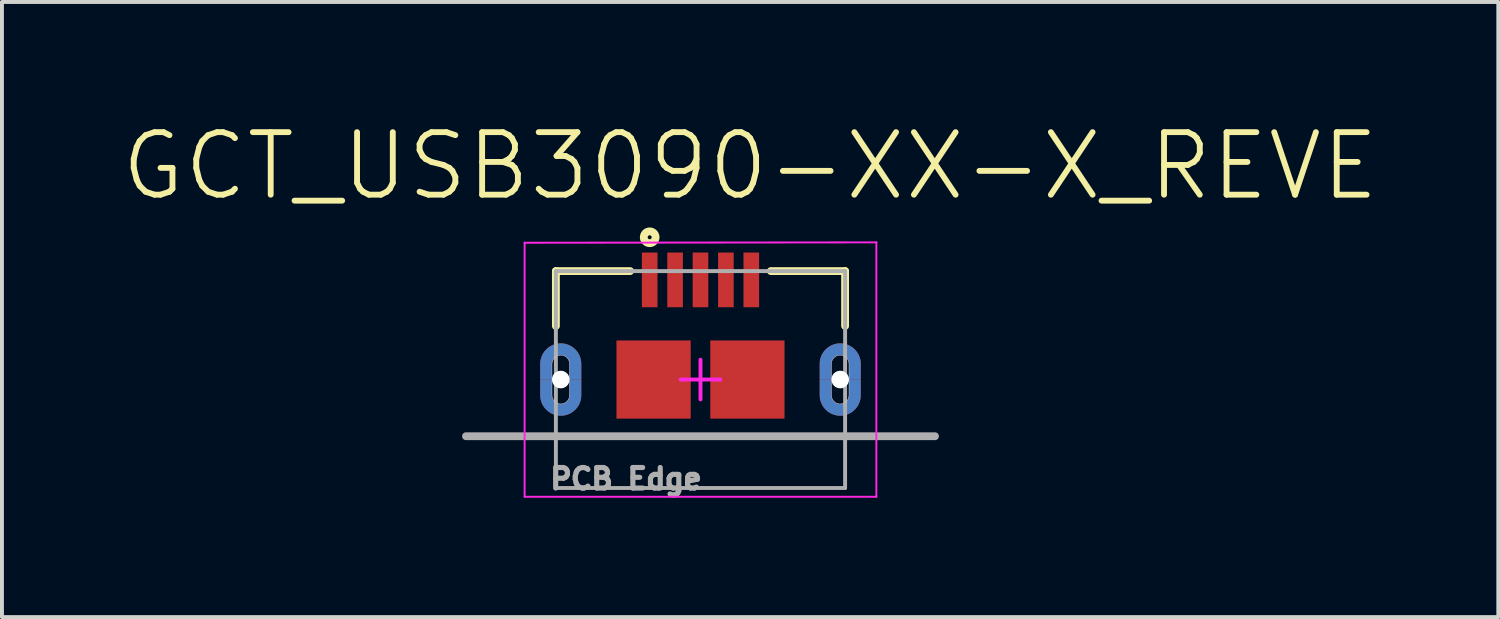
<source format=kicad_pcb>
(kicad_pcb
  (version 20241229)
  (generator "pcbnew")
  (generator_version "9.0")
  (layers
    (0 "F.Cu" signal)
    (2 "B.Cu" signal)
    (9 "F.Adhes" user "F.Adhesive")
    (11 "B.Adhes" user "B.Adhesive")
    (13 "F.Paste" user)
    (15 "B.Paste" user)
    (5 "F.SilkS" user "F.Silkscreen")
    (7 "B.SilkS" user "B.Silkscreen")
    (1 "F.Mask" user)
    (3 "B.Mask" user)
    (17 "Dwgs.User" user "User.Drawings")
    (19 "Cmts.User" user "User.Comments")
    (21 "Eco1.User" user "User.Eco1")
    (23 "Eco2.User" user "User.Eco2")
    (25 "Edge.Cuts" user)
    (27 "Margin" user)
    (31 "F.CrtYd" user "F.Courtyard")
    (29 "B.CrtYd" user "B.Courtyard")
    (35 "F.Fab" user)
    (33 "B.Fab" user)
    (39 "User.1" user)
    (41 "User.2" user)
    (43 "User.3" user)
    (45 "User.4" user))
  (footprint "GCT_USB3090-XX-X_REVE"
    (layer "F.Cu")
    (at 14.873 6.661)
    (property "Reference" "GCT_USB3090-XX-X_REVE" (at 1.27 -5.462 0) (layer "F.SilkS") (effects (font (size 1.6 1.6) (thickness 0.15))))
    (attr smd)
    (fp_poly (pts (xy -3.35 0) (xy -3.35 0.4) (xy -3.35 0.412) (xy -3.351 0.424) (xy -3.353 0.435) (xy -3.355 0.447) (xy -3.358 0.458) (xy -3.361 0.47) (xy -3.365 0.481) (xy -3.369 0.492) (xy -3.375 0.502) (xy -3.38 0.512) (xy -3.386 0.523) (xy -3.393 0.532) (xy -3.4 0.542) (xy -3.408 0.551) (xy -3.416 0.559) (xy -3.424 0.567) (xy -3.433 0.575) (xy -3.443 0.582) (xy -3.452 0.589) (xy -3.463 0.595) (xy -3.473 0.6) (xy -3.483 0.606) (xy -3.494 0.61) (xy -3.505 0.614) (xy -3.517 0.617) (xy -3.528 0.62) (xy -3.54 0.622) (xy -3.551 0.624) (xy -3.563 0.625) (xy -3.575 0.625) (xy -3.587 0.625) (xy -3.599 0.624) (xy -3.61 0.622) (xy -3.622 0.62) (xy -3.633 0.617) (xy -3.645 0.614) (xy -3.656 0.61) (xy -3.667 0.606) (xy -3.677 0.6) (xy -3.688 0.595) (xy -3.698 0.589) (xy -3.707 0.582) (xy -3.717 0.575) (xy -3.726 0.567) (xy -3.734 0.559) (xy -3.742 0.551) (xy -3.75 0.542) (xy -3.757 0.532) (xy -3.764 0.523) (xy -3.77 0.513) (xy -3.775 0.502) (xy -3.781 0.492) (xy -3.785 0.481) (xy -3.789 0.47) (xy -3.792 0.458) (xy -3.795 0.447) (xy -3.797 0.435) (xy -3.799 0.424) (xy -3.8 0.412) (xy -3.8 0.4) (xy -3.8 0) (xy -4.1 0) (xy -4.1 0.4) (xy -4.099 0.427) (xy -4.097 0.455) (xy -4.094 0.482) (xy -4.089 0.509) (xy -4.082 0.536) (xy -4.074 0.562) (xy -4.065 0.588) (xy -4.055 0.614) (xy -4.043 0.638) (xy -4.03 0.663) (xy -4.015 0.686) (xy -4 0.709) (xy -3.983 0.73) (xy -3.965 0.751) (xy -3.946 0.771) (xy -3.926 0.79) (xy -3.905 0.808) (xy -3.884 0.825) (xy -3.861 0.84) (xy -3.837 0.855) (xy -3.813 0.868) (xy -3.789 0.88) (xy -3.763 0.89) (xy -3.737 0.899) (xy -3.711 0.907) (xy -3.684 0.914) (xy -3.657 0.919) (xy -3.63 0.922) (xy -3.602 0.924) (xy -3.575 0.925) (xy -3.548 0.924) (xy -3.52 0.922) (xy -3.493 0.919) (xy -3.466 0.914) (xy -3.439 0.907) (xy -3.413 0.899) (xy -3.387 0.89) (xy -3.361 0.88) (xy -3.337 0.868) (xy -3.313 0.855) (xy -3.289 0.84) (xy -3.266 0.825) (xy -3.245 0.808) (xy -3.224 0.79) (xy -3.204 0.771) (xy -3.185 0.751) (xy -3.167 0.73) (xy -3.15 0.709) (xy -3.135 0.686) (xy -3.12 0.662) (xy -3.107 0.638) (xy -3.095 0.614) (xy -3.085 0.588) (xy -3.076 0.562) (xy -3.068 0.536) (xy -3.061 0.509) (xy -3.056 0.482) (xy -3.053 0.455) (xy -3.051 0.427) (xy -3.05 0.4) (xy -3.05 0) (xy -3.35 0)) (stroke (width 0.001) (type solid)) (fill yes) (layer "F.Cu"))
    (fp_poly (pts (xy 3.8 0) (xy 3.8 0.4) (xy 3.8 0.412) (xy 3.799 0.424) (xy 3.797 0.435) (xy 3.795 0.447) (xy 3.792 0.458) (xy 3.789 0.47) (xy 3.785 0.481) (xy 3.781 0.492) (xy 3.775 0.502) (xy 3.77 0.513) (xy 3.764 0.523) (xy 3.757 0.532) (xy 3.75 0.542) (xy 3.742 0.551) (xy 3.734 0.559) (xy 3.726 0.567) (xy 3.717 0.575) (xy 3.707 0.582) (xy 3.698 0.589) (xy 3.688 0.595) (xy 3.677 0.6) (xy 3.667 0.606) (xy 3.656 0.61) (xy 3.645 0.614) (xy 3.633 0.617) (xy 3.622 0.62) (xy 3.61 0.622) (xy 3.599 0.624) (xy 3.587 0.625) (xy 3.575 0.625) (xy 3.563 0.625) (xy 3.551 0.624) (xy 3.54 0.622) (xy 3.528 0.62) (xy 3.517 0.617) (xy 3.505 0.614) (xy 3.494 0.61) (xy 3.483 0.606) (xy 3.473 0.6) (xy 3.463 0.595) (xy 3.452 0.589) (xy 3.443 0.582) (xy 3.433 0.575) (xy 3.424 0.567) (xy 3.416 0.559) (xy 3.408 0.551) (xy 3.4 0.542) (xy 3.393 0.532) (xy 3.386 0.523) (xy 3.38 0.512) (xy 3.375 0.502) (xy 3.369 0.492) (xy 3.365 0.481) (xy 3.361 0.47) (xy 3.358 0.458) (xy 3.355 0.447) (xy 3.353 0.435) (xy 3.351 0.424) (xy 3.35 0.412) (xy 3.35 0.4) (xy 3.35 0) (xy 3.05 0) (xy 3.05 0.4) (xy 3.051 0.427) (xy 3.053 0.455) (xy 3.056 0.482) (xy 3.061 0.509) (xy 3.068 0.536) (xy 3.076 0.562) (xy 3.085 0.588) (xy 3.095 0.614) (xy 3.107 0.638) (xy 3.12 0.662) (xy 3.135 0.686) (xy 3.15 0.709) (xy 3.167 0.73) (xy 3.185 0.751) (xy 3.204 0.771) (xy 3.224 0.79) (xy 3.245 0.808) (xy 3.266 0.825) (xy 3.289 0.84) (xy 3.313 0.855) (xy 3.337 0.868) (xy 3.361 0.88) (xy 3.387 0.89) (xy 3.413 0.899) (xy 3.439 0.907) (xy 3.466 0.914) (xy 3.493 0.919) (xy 3.52 0.922) (xy 3.548 0.924) (xy 3.575 0.925) (xy 3.602 0.924) (xy 3.63 0.922) (xy 3.657 0.919) (xy 3.684 0.914) (xy 3.711 0.907) (xy 3.737 0.899) (xy 3.763 0.89) (xy 3.789 0.88) (xy 3.813 0.868) (xy 3.837 0.855) (xy 3.861 0.84) (xy 3.884 0.825) (xy 3.905 0.808) (xy 3.926 0.79) (xy 3.946 0.771) (xy 3.965 0.751) (xy 3.983 0.73) (xy 4 0.709) (xy 4.015 0.686) (xy 4.03 0.663) (xy 4.043 0.638) (xy 4.055 0.614) (xy 4.065 0.588) (xy 4.074 0.562) (xy 4.082 0.536) (xy 4.089 0.509) (xy 4.094 0.482) (xy 4.097 0.455) (xy 4.099 0.427) (xy 4.1 0.4) (xy 4.1 0) (xy 3.8 0)) (stroke (width 0.001) (type solid)) (fill yes) (layer "F.Cu"))
    (fp_poly (pts (xy -4.306 -1.15) (xy -2.85 -1.15) (xy -2.85 1.152) (xy -4.306 1.152)) (stroke (width 0.01) (type solid)) (fill yes) (layer "F.Mask"))
    (fp_poly (pts (xy 2.855 -1.15) (xy 4.3 -1.15) (xy 4.3 1.152) (xy 2.855 1.152)) (stroke (width 0.01) (type solid)) (fill yes) (layer "F.Mask"))
    (fp_poly (pts (xy -3.8 0) (xy -3.8 -0.4) (xy -3.8 -0.412) (xy -3.799 -0.424) (xy -3.797 -0.435) (xy -3.795 -0.447) (xy -3.792 -0.458) (xy -3.789 -0.47) (xy -3.785 -0.481) (xy -3.781 -0.492) (xy -3.775 -0.502) (xy -3.77 -0.513) (xy -3.764 -0.523) (xy -3.757 -0.532) (xy -3.75 -0.542) (xy -3.742 -0.551) (xy -3.734 -0.559) (xy -3.726 -0.567) (xy -3.717 -0.575) (xy -3.707 -0.582) (xy -3.698 -0.589) (xy -3.688 -0.595) (xy -3.677 -0.6) (xy -3.667 -0.606) (xy -3.656 -0.61) (xy -3.645 -0.614) (xy -3.633 -0.617) (xy -3.622 -0.62) (xy -3.61 -0.622) (xy -3.599 -0.624) (xy -3.587 -0.625) (xy -3.575 -0.625) (xy -3.563 -0.625) (xy -3.551 -0.624) (xy -3.54 -0.622) (xy -3.528 -0.62) (xy -3.517 -0.617) (xy -3.505 -0.614) (xy -3.494 -0.61) (xy -3.483 -0.606) (xy -3.473 -0.6) (xy -3.463 -0.595) (xy -3.452 -0.589) (xy -3.443 -0.582) (xy -3.433 -0.575) (xy -3.424 -0.567) (xy -3.416 -0.559) (xy -3.408 -0.551) (xy -3.4 -0.542) (xy -3.393 -0.532) (xy -3.386 -0.523) (xy -3.38 -0.512) (xy -3.375 -0.502) (xy -3.369 -0.492) (xy -3.365 -0.481) (xy -3.361 -0.47) (xy -3.358 -0.458) (xy -3.355 -0.447) (xy -3.353 -0.435) (xy -3.351 -0.424) (xy -3.35 -0.412) (xy -3.35 -0.4) (xy -3.35 0) (xy -3.05 0) (xy -3.05 -0.4) (xy -3.051 -0.427) (xy -3.053 -0.455) (xy -3.056 -0.482) (xy -3.061 -0.509) (xy -3.068 -0.536) (xy -3.076 -0.562) (xy -3.085 -0.588) (xy -3.095 -0.614) (xy -3.107 -0.638) (xy -3.12 -0.662) (xy -3.135 -0.686) (xy -3.15 -0.709) (xy -3.167 -0.73) (xy -3.185 -0.751) (xy -3.204 -0.771) (xy -3.224 -0.79) (xy -3.245 -0.808) (xy -3.266 -0.825) (xy -3.289 -0.84) (xy -3.313 -0.855) (xy -3.337 -0.868) (xy -3.361 -0.88) (xy -3.387 -0.89) (xy -3.413 -0.899) (xy -3.439 -0.907) (xy -3.466 -0.914) (xy -3.493 -0.919) (xy -3.52 -0.922) (xy -3.548 -0.924) (xy -3.575 -0.925) (xy -3.602 -0.924) (xy -3.63 -0.922) (xy -3.657 -0.919) (xy -3.684 -0.914) (xy -3.711 -0.907) (xy -3.737 -0.899) (xy -3.763 -0.89) (xy -3.789 -0.88) (xy -3.813 -0.868) (xy -3.837 -0.855) (xy -3.861 -0.84) (xy -3.884 -0.825) (xy -3.905 -0.808) (xy -3.926 -0.79) (xy -3.946 -0.771) (xy -3.965 -0.751) (xy -3.983 -0.73) (xy -4 -0.709) (xy -4.015 -0.686) (xy -4.03 -0.663) (xy -4.043 -0.638) (xy -4.055 -0.614) (xy -4.065 -0.588) (xy -4.074 -0.562) (xy -4.082 -0.536) (xy -4.089 -0.509) (xy -4.094 -0.482) (xy -4.097 -0.455) (xy -4.099 -0.427) (xy -4.1 -0.4) (xy -4.1 0) (xy -3.8 0)) (stroke (width 0.001) (type solid)) (fill yes) (layer "B.Cu"))
    (fp_poly (pts (xy -3.35 0) (xy -3.35 0.4) (xy -3.35 0.412) (xy -3.351 0.424) (xy -3.353 0.435) (xy -3.355 0.447) (xy -3.358 0.458) (xy -3.361 0.47) (xy -3.365 0.481) (xy -3.369 0.492) (xy -3.375 0.502) (xy -3.38 0.512) (xy -3.386 0.523) (xy -3.393 0.532) (xy -3.4 0.542) (xy -3.408 0.551) (xy -3.416 0.559) (xy -3.424 0.567) (xy -3.433 0.575) (xy -3.443 0.582) (xy -3.452 0.589) (xy -3.463 0.595) (xy -3.473 0.6) (xy -3.483 0.606) (xy -3.494 0.61) (xy -3.505 0.614) (xy -3.517 0.617) (xy -3.528 0.62) (xy -3.54 0.622) (xy -3.551 0.624) (xy -3.563 0.625) (xy -3.575 0.625) (xy -3.587 0.625) (xy -3.599 0.624) (xy -3.61 0.622) (xy -3.622 0.62) (xy -3.633 0.617) (xy -3.645 0.614) (xy -3.656 0.61) (xy -3.667 0.606) (xy -3.677 0.6) (xy -3.688 0.595) (xy -3.698 0.589) (xy -3.707 0.582) (xy -3.717 0.575) (xy -3.726 0.567) (xy -3.734 0.559) (xy -3.742 0.551) (xy -3.75 0.542) (xy -3.757 0.532) (xy -3.764 0.523) (xy -3.77 0.513) (xy -3.775 0.502) (xy -3.781 0.492) (xy -3.785 0.481) (xy -3.789 0.47) (xy -3.792 0.458) (xy -3.795 0.447) (xy -3.797 0.435) (xy -3.799 0.424) (xy -3.8 0.412) (xy -3.8 0.4) (xy -3.8 0) (xy -4.1 0) (xy -4.1 0.4) (xy -4.099 0.427) (xy -4.097 0.455) (xy -4.094 0.482) (xy -4.089 0.509) (xy -4.082 0.536) (xy -4.074 0.562) (xy -4.065 0.588) (xy -4.055 0.614) (xy -4.043 0.638) (xy -4.03 0.663) (xy -4.015 0.686) (xy -4 0.709) (xy -3.983 0.73) (xy -3.965 0.751) (xy -3.946 0.771) (xy -3.926 0.79) (xy -3.905 0.808) (xy -3.884 0.825) (xy -3.861 0.84) (xy -3.837 0.855) (xy -3.813 0.868) (xy -3.789 0.88) (xy -3.763 0.89) (xy -3.737 0.899) (xy -3.711 0.907) (xy -3.684 0.914) (xy -3.657 0.919) (xy -3.63 0.922) (xy -3.602 0.924) (xy -3.575 0.925) (xy -3.548 0.924) (xy -3.52 0.922) (xy -3.493 0.919) (xy -3.466 0.914) (xy -3.439 0.907) (xy -3.413 0.899) (xy -3.387 0.89) (xy -3.361 0.88) (xy -3.337 0.868) (xy -3.313 0.855) (xy -3.289 0.84) (xy -3.266 0.825) (xy -3.245 0.808) (xy -3.224 0.79) (xy -3.204 0.771) (xy -3.185 0.751) (xy -3.167 0.73) (xy -3.15 0.709) (xy -3.135 0.686) (xy -3.12 0.662) (xy -3.107 0.638) (xy -3.095 0.614) (xy -3.085 0.588) (xy -3.076 0.562) (xy -3.068 0.536) (xy -3.061 0.509) (xy -3.056 0.482) (xy -3.053 0.455) (xy -3.051 0.427) (xy -3.05 0.4) (xy -3.05 0) (xy -3.35 0)) (stroke (width 0.001) (type solid)) (fill yes) (layer "B.Cu"))
    (fp_poly (pts (xy 3.35 0) (xy 3.35 -0.4) (xy 3.35 -0.412) (xy 3.351 -0.424) (xy 3.353 -0.435) (xy 3.355 -0.447) (xy 3.358 -0.458) (xy 3.361 -0.47) (xy 3.365 -0.481) (xy 3.369 -0.492) (xy 3.375 -0.502) (xy 3.38 -0.512) (xy 3.386 -0.523) (xy 3.393 -0.532) (xy 3.4 -0.542) (xy 3.408 -0.551) (xy 3.416 -0.559) (xy 3.424 -0.567) (xy 3.433 -0.575) (xy 3.443 -0.582) (xy 3.452 -0.589) (xy 3.463 -0.595) (xy 3.473 -0.6) (xy 3.483 -0.606) (xy 3.494 -0.61) (xy 3.505 -0.614) (xy 3.517 -0.617) (xy 3.528 -0.62) (xy 3.54 -0.622) (xy 3.551 -0.624) (xy 3.563 -0.625) (xy 3.575 -0.625) (xy 3.587 -0.625) (xy 3.599 -0.624) (xy 3.61 -0.622) (xy 3.622 -0.62) (xy 3.633 -0.617) (xy 3.645 -0.614) (xy 3.656 -0.61) (xy 3.667 -0.606) (xy 3.677 -0.6) (xy 3.688 -0.595) (xy 3.698 -0.589) (xy 3.707 -0.582) (xy 3.717 -0.575) (xy 3.726 -0.567) (xy 3.734 -0.559) (xy 3.742 -0.551) (xy 3.75 -0.542) (xy 3.757 -0.532) (xy 3.764 -0.523) (xy 3.77 -0.513) (xy 3.775 -0.502) (xy 3.781 -0.492) (xy 3.785 -0.481) (xy 3.789 -0.47) (xy 3.792 -0.458) (xy 3.795 -0.447) (xy 3.797 -0.435) (xy 3.799 -0.424) (xy 3.8 -0.412) (xy 3.8 -0.4) (xy 3.8 0) (xy 4.1 0) (xy 4.1 -0.4) (xy 4.099 -0.427) (xy 4.097 -0.455) (xy 4.094 -0.482) (xy 4.089 -0.509) (xy 4.082 -0.536) (xy 4.074 -0.562) (xy 4.065 -0.588) (xy 4.055 -0.614) (xy 4.043 -0.638) (xy 4.03 -0.663) (xy 4.015 -0.686) (xy 4 -0.709) (xy 3.983 -0.73) (xy 3.965 -0.751) (xy 3.946 -0.771) (xy 3.926 -0.79) (xy 3.905 -0.808) (xy 3.884 -0.825) (xy 3.861 -0.84) (xy 3.837 -0.855) (xy 3.813 -0.868) (xy 3.789 -0.88) (xy 3.763 -0.89) (xy 3.737 -0.899) (xy 3.711 -0.907) (xy 3.684 -0.914) (xy 3.657 -0.919) (xy 3.63 -0.922) (xy 3.602 -0.924) (xy 3.575 -0.925) (xy 3.548 -0.924) (xy 3.52 -0.922) (xy 3.493 -0.919) (xy 3.466 -0.914) (xy 3.439 -0.907) (xy 3.413 -0.899) (xy 3.387 -0.89) (xy 3.361 -0.88) (xy 3.337 -0.868) (xy 3.313 -0.855) (xy 3.289 -0.84) (xy 3.266 -0.825) (xy 3.245 -0.808) (xy 3.224 -0.79) (xy 3.204 -0.771) (xy 3.185 -0.751) (xy 3.167 -0.73) (xy 3.15 -0.709) (xy 3.135 -0.686) (xy 3.12 -0.662) (xy 3.107 -0.638) (xy 3.095 -0.614) (xy 3.085 -0.588) (xy 3.076 -0.562) (xy 3.068 -0.536) (xy 3.061 -0.509) (xy 3.056 -0.482) (xy 3.053 -0.455) (xy 3.051 -0.427) (xy 3.05 -0.4) (xy 3.05 0) (xy 3.35 0)) (stroke (width 0.001) (type solid)) (fill yes) (layer "B.Cu"))
    (fp_poly (pts (xy 3.8 0) (xy 3.8 0.4) (xy 3.8 0.412) (xy 3.799 0.424) (xy 3.797 0.435) (xy 3.795 0.447) (xy 3.792 0.458) (xy 3.789 0.47) (xy 3.785 0.481) (xy 3.781 0.492) (xy 3.775 0.502) (xy 3.77 0.513) (xy 3.764 0.523) (xy 3.757 0.532) (xy 3.75 0.542) (xy 3.742 0.551) (xy 3.734 0.559) (xy 3.726 0.567) (xy 3.717 0.575) (xy 3.707 0.582) (xy 3.698 0.589) (xy 3.688 0.595) (xy 3.677 0.6) (xy 3.667 0.606) (xy 3.656 0.61) (xy 3.645 0.614) (xy 3.633 0.617) (xy 3.622 0.62) (xy 3.61 0.622) (xy 3.599 0.624) (xy 3.587 0.625) (xy 3.575 0.625) (xy 3.563 0.625) (xy 3.551 0.624) (xy 3.54 0.622) (xy 3.528 0.62) (xy 3.517 0.617) (xy 3.505 0.614) (xy 3.494 0.61) (xy 3.483 0.606) (xy 3.473 0.6) (xy 3.463 0.595) (xy 3.452 0.589) (xy 3.443 0.582) (xy 3.433 0.575) (xy 3.424 0.567) (xy 3.416 0.559) (xy 3.408 0.551) (xy 3.4 0.542) (xy 3.393 0.532) (xy 3.386 0.523) (xy 3.38 0.512) (xy 3.375 0.502) (xy 3.369 0.492) (xy 3.365 0.481) (xy 3.361 0.47) (xy 3.358 0.458) (xy 3.355 0.447) (xy 3.353 0.435) (xy 3.351 0.424) (xy 3.35 0.412) (xy 3.35 0.4) (xy 3.35 0) (xy 3.05 0) (xy 3.05 0.4) (xy 3.051 0.427) (xy 3.053 0.455) (xy 3.056 0.482) (xy 3.061 0.509) (xy 3.068 0.536) (xy 3.076 0.562) (xy 3.085 0.588) (xy 3.095 0.614) (xy 3.107 0.638) (xy 3.12 0.662) (xy 3.135 0.686) (xy 3.15 0.709) (xy 3.167 0.73) (xy 3.185 0.751) (xy 3.204 0.771) (xy 3.224 0.79) (xy 3.245 0.808) (xy 3.266 0.825) (xy 3.289 0.84) (xy 3.313 0.855) (xy 3.337 0.868) (xy 3.361 0.88) (xy 3.387 0.89) (xy 3.413 0.899) (xy 3.439 0.907) (xy 3.466 0.914) (xy 3.493 0.919) (xy 3.52 0.922) (xy 3.548 0.924) (xy 3.575 0.925) (xy 3.602 0.924) (xy 3.63 0.922) (xy 3.657 0.919) (xy 3.684 0.914) (xy 3.711 0.907) (xy 3.737 0.899) (xy 3.763 0.89) (xy 3.789 0.88) (xy 3.813 0.868) (xy 3.837 0.855) (xy 3.861 0.84) (xy 3.884 0.825) (xy 3.905 0.808) (xy 3.926 0.79) (xy 3.946 0.771) (xy 3.965 0.751) (xy 3.983 0.73) (xy 4 0.709) (xy 4.015 0.686) (xy 4.03 0.663) (xy 4.043 0.638) (xy 4.055 0.614) (xy 4.065 0.588) (xy 4.074 0.562) (xy 4.082 0.536) (xy 4.089 0.509) (xy 4.094 0.482) (xy 4.097 0.455) (xy 4.099 0.427) (xy 4.1 0.4) (xy 4.1 0) (xy 3.8 0)) (stroke (width 0.001) (type solid)) (fill yes) (layer "B.Cu"))
    (fp_poly (pts (xy -4.307 -1.15) (xy -2.85 -1.15) (xy -2.85 1.152) (xy -4.307 1.152)) (stroke (width 0.01) (type solid)) (fill yes) (layer "B.Mask"))
    (fp_poly (pts (xy 2.855 -1.15) (xy 4.3 -1.15) (xy 4.3 1.152) (xy 2.855 1.152)) (stroke (width 0.01) (type solid)) (fill yes) (layer "B.Mask"))
    (fp_line (start -3.7 -2.775) (end -1.8 -2.775) (stroke (width 0.2) (type solid)) (layer "F.SilkS"))
    (fp_line (start -3.7 -1.37) (end -3.7 -2.775) (stroke (width 0.2) (type solid)) (layer "F.SilkS"))
    (fp_line (start 1.8 -2.775) (end 3.7 -2.775) (stroke (width 0.2) (type solid)) (layer "F.SilkS"))
    (fp_line (start 3.7 -1.37) (end 3.7 -2.775) (stroke (width 0.2) (type solid)) (layer "F.SilkS"))
    (fp_circle (center -1.3 -3.64) (end -1.249 -3.64) (stroke (width 0.2) (type solid)) (fill no) (layer "F.SilkS"))
    (fp_poly (pts (xy -3.8 0) (xy -3.8 -0.4) (xy -3.8 -0.412) (xy -3.799 -0.424) (xy -3.797 -0.435) (xy -3.795 -0.447) (xy -3.792 -0.458) (xy -3.789 -0.47) (xy -3.785 -0.481) (xy -3.781 -0.492) (xy -3.775 -0.502) (xy -3.77 -0.513) (xy -3.764 -0.523) (xy -3.757 -0.532) (xy -3.75 -0.542) (xy -3.742 -0.551) (xy -3.734 -0.559) (xy -3.726 -0.567) (xy -3.717 -0.575) (xy -3.707 -0.582) (xy -3.698 -0.589) (xy -3.688 -0.595) (xy -3.677 -0.6) (xy -3.667 -0.606) (xy -3.656 -0.61) (xy -3.645 -0.614) (xy -3.633 -0.617) (xy -3.622 -0.62) (xy -3.61 -0.622) (xy -3.599 -0.624) (xy -3.587 -0.625) (xy -3.575 -0.625) (xy -3.563 -0.625) (xy -3.551 -0.624) (xy -3.54 -0.622) (xy -3.528 -0.62) (xy -3.517 -0.617) (xy -3.505 -0.614) (xy -3.494 -0.61) (xy -3.483 -0.606) (xy -3.473 -0.6) (xy -3.463 -0.595) (xy -3.452 -0.589) (xy -3.443 -0.582) (xy -3.433 -0.575) (xy -3.424 -0.567) (xy -3.416 -0.559) (xy -3.408 -0.551) (xy -3.4 -0.542) (xy -3.393 -0.532) (xy -3.386 -0.523) (xy -3.38 -0.512) (xy -3.375 -0.502) (xy -3.369 -0.492) (xy -3.365 -0.481) (xy -3.361 -0.47) (xy -3.358 -0.458) (xy -3.355 -0.447) (xy -3.353 -0.435) (xy -3.351 -0.424) (xy -3.35 -0.412) (xy -3.35 -0.4) (xy -3.35 0) (xy -3.05 0) (xy -3.05 -0.4) (xy -3.051 -0.427) (xy -3.053 -0.455) (xy -3.056 -0.482) (xy -3.061 -0.509) (xy -3.068 -0.536) (xy -3.076 -0.562) (xy -3.085 -0.588) (xy -3.095 -0.614) (xy -3.107 -0.638) (xy -3.12 -0.662) (xy -3.135 -0.686) (xy -3.15 -0.709) (xy -3.167 -0.73) (xy -3.185 -0.751) (xy -3.204 -0.771) (xy -3.224 -0.79) (xy -3.245 -0.808) (xy -3.266 -0.825) (xy -3.289 -0.84) (xy -3.313 -0.855) (xy -3.337 -0.868) (xy -3.361 -0.88) (xy -3.387 -0.89) (xy -3.413 -0.899) (xy -3.439 -0.907) (xy -3.466 -0.914) (xy -3.493 -0.919) (xy -3.52 -0.922) (xy -3.548 -0.924) (xy -3.575 -0.925) (xy -3.602 -0.924) (xy -3.63 -0.922) (xy -3.657 -0.919) (xy -3.684 -0.914) (xy -3.711 -0.907) (xy -3.737 -0.899) (xy -3.763 -0.89) (xy -3.789 -0.88) (xy -3.813 -0.868) (xy -3.837 -0.855) (xy -3.861 -0.84) (xy -3.884 -0.825) (xy -3.905 -0.808) (xy -3.926 -0.79) (xy -3.946 -0.771) (xy -3.965 -0.751) (xy -3.983 -0.73) (xy -4 -0.709) (xy -4.015 -0.686) (xy -4.03 -0.663) (xy -4.043 -0.638) (xy -4.055 -0.614) (xy -4.065 -0.588) (xy -4.074 -0.562) (xy -4.082 -0.536) (xy -4.089 -0.509) (xy -4.094 -0.482) (xy -4.097 -0.455) (xy -4.099 -0.427) (xy -4.1 -0.4) (xy -4.1 0) (xy -3.8 0)) (stroke (width 0.001) (type solid)) (fill yes) (layer "F.Paste"))
    (fp_poly (pts (xy -3.35 0) (xy -3.35 0.4) (xy -3.35 0.412) (xy -3.351 0.424) (xy -3.353 0.435) (xy -3.355 0.447) (xy -3.358 0.458) (xy -3.361 0.47) (xy -3.365 0.481) (xy -3.369 0.492) (xy -3.375 0.502) (xy -3.38 0.512) (xy -3.386 0.523) (xy -3.393 0.532) (xy -3.4 0.542) (xy -3.408 0.551) (xy -3.416 0.559) (xy -3.424 0.567) (xy -3.433 0.575) (xy -3.443 0.582) (xy -3.452 0.589) (xy -3.463 0.595) (xy -3.473 0.6) (xy -3.483 0.606) (xy -3.494 0.61) (xy -3.505 0.614) (xy -3.517 0.617) (xy -3.528 0.62) (xy -3.54 0.622) (xy -3.551 0.624) (xy -3.563 0.625) (xy -3.575 0.625) (xy -3.587 0.625) (xy -3.599 0.624) (xy -3.61 0.622) (xy -3.622 0.62) (xy -3.633 0.617) (xy -3.645 0.614) (xy -3.656 0.61) (xy -3.667 0.606) (xy -3.677 0.6) (xy -3.688 0.595) (xy -3.698 0.589) (xy -3.707 0.582) (xy -3.717 0.575) (xy -3.726 0.567) (xy -3.734 0.559) (xy -3.742 0.551) (xy -3.75 0.542) (xy -3.757 0.532) (xy -3.764 0.523) (xy -3.77 0.513) (xy -3.775 0.502) (xy -3.781 0.492) (xy -3.785 0.481) (xy -3.789 0.47) (xy -3.792 0.458) (xy -3.795 0.447) (xy -3.797 0.435) (xy -3.799 0.424) (xy -3.8 0.412) (xy -3.8 0.4) (xy -3.8 0) (xy -4.1 0) (xy -4.1 0.4) (xy -4.099 0.427) (xy -4.097 0.455) (xy -4.094 0.482) (xy -4.089 0.509) (xy -4.082 0.536) (xy -4.074 0.562) (xy -4.065 0.588) (xy -4.055 0.614) (xy -4.043 0.638) (xy -4.03 0.663) (xy -4.015 0.686) (xy -4 0.709) (xy -3.983 0.73) (xy -3.965 0.751) (xy -3.946 0.771) (xy -3.926 0.79) (xy -3.905 0.808) (xy -3.884 0.825) (xy -3.861 0.84) (xy -3.837 0.855) (xy -3.813 0.868) (xy -3.789 0.88) (xy -3.763 0.89) (xy -3.737 0.899) (xy -3.711 0.907) (xy -3.684 0.914) (xy -3.657 0.919) (xy -3.63 0.922) (xy -3.602 0.924) (xy -3.575 0.925) (xy -3.548 0.924) (xy -3.52 0.922) (xy -3.493 0.919) (xy -3.466 0.914) (xy -3.439 0.907) (xy -3.413 0.899) (xy -3.387 0.89) (xy -3.361 0.88) (xy -3.337 0.868) (xy -3.313 0.855) (xy -3.289 0.84) (xy -3.266 0.825) (xy -3.245 0.808) (xy -3.224 0.79) (xy -3.204 0.771) (xy -3.185 0.751) (xy -3.167 0.73) (xy -3.15 0.709) (xy -3.135 0.686) (xy -3.12 0.662) (xy -3.107 0.638) (xy -3.095 0.614) (xy -3.085 0.588) (xy -3.076 0.562) (xy -3.068 0.536) (xy -3.061 0.509) (xy -3.056 0.482) (xy -3.053 0.455) (xy -3.051 0.427) (xy -3.05 0.4) (xy -3.05 0) (xy -3.35 0)) (stroke (width 0.001) (type solid)) (fill yes) (layer "F.Paste"))
    (fp_poly (pts (xy 3.35 0) (xy 3.35 -0.4) (xy 3.35 -0.412) (xy 3.351 -0.424) (xy 3.353 -0.435) (xy 3.355 -0.447) (xy 3.358 -0.458) (xy 3.361 -0.47) (xy 3.365 -0.481) (xy 3.369 -0.492) (xy 3.375 -0.502) (xy 3.38 -0.512) (xy 3.386 -0.523) (xy 3.393 -0.532) (xy 3.4 -0.542) (xy 3.408 -0.551) (xy 3.416 -0.559) (xy 3.424 -0.567) (xy 3.433 -0.575) (xy 3.443 -0.582) (xy 3.452 -0.589) (xy 3.463 -0.595) (xy 3.473 -0.6) (xy 3.483 -0.606) (xy 3.494 -0.61) (xy 3.505 -0.614) (xy 3.517 -0.617) (xy 3.528 -0.62) (xy 3.54 -0.622) (xy 3.551 -0.624) (xy 3.563 -0.625) (xy 3.575 -0.625) (xy 3.587 -0.625) (xy 3.599 -0.624) (xy 3.61 -0.622) (xy 3.622 -0.62) (xy 3.633 -0.617) (xy 3.645 -0.614) (xy 3.656 -0.61) (xy 3.667 -0.606) (xy 3.677 -0.6) (xy 3.688 -0.595) (xy 3.698 -0.589) (xy 3.707 -0.582) (xy 3.717 -0.575) (xy 3.726 -0.567) (xy 3.734 -0.559) (xy 3.742 -0.551) (xy 3.75 -0.542) (xy 3.757 -0.532) (xy 3.764 -0.523) (xy 3.77 -0.513) (xy 3.775 -0.502) (xy 3.781 -0.492) (xy 3.785 -0.481) (xy 3.789 -0.47) (xy 3.792 -0.458) (xy 3.795 -0.447) (xy 3.797 -0.435) (xy 3.799 -0.424) (xy 3.8 -0.412) (xy 3.8 -0.4) (xy 3.8 0) (xy 4.1 0) (xy 4.1 -0.4) (xy 4.099 -0.427) (xy 4.097 -0.455) (xy 4.094 -0.482) (xy 4.089 -0.509) (xy 4.082 -0.536) (xy 4.074 -0.562) (xy 4.065 -0.588) (xy 4.055 -0.614) (xy 4.043 -0.638) (xy 4.03 -0.663) (xy 4.015 -0.686) (xy 4 -0.709) (xy 3.983 -0.73) (xy 3.965 -0.751) (xy 3.946 -0.771) (xy 3.926 -0.79) (xy 3.905 -0.808) (xy 3.884 -0.825) (xy 3.861 -0.84) (xy 3.837 -0.855) (xy 3.813 -0.868) (xy 3.789 -0.88) (xy 3.763 -0.89) (xy 3.737 -0.899) (xy 3.711 -0.907) (xy 3.684 -0.914) (xy 3.657 -0.919) (xy 3.63 -0.922) (xy 3.602 -0.924) (xy 3.575 -0.925) (xy 3.548 -0.924) (xy 3.52 -0.922) (xy 3.493 -0.919) (xy 3.466 -0.914) (xy 3.439 -0.907) (xy 3.413 -0.899) (xy 3.387 -0.89) (xy 3.361 -0.88) (xy 3.337 -0.868) (xy 3.313 -0.855) (xy 3.289 -0.84) (xy 3.266 -0.825) (xy 3.245 -0.808) (xy 3.224 -0.79) (xy 3.204 -0.771) (xy 3.185 -0.751) (xy 3.167 -0.73) (xy 3.15 -0.709) (xy 3.135 -0.686) (xy 3.12 -0.662) (xy 3.107 -0.638) (xy 3.095 -0.614) (xy 3.085 -0.588) (xy 3.076 -0.562) (xy 3.068 -0.536) (xy 3.061 -0.509) (xy 3.056 -0.482) (xy 3.053 -0.455) (xy 3.051 -0.427) (xy 3.05 -0.4) (xy 3.05 0) (xy 3.35 0)) (stroke (width 0.001) (type solid)) (fill yes) (layer "F.Paste"))
    (fp_poly (pts (xy 3.8 0) (xy 3.8 0.4) (xy 3.8 0.412) (xy 3.799 0.424) (xy 3.797 0.435) (xy 3.795 0.447) (xy 3.792 0.458) (xy 3.789 0.47) (xy 3.785 0.481) (xy 3.781 0.492) (xy 3.775 0.502) (xy 3.77 0.513) (xy 3.764 0.523) (xy 3.757 0.532) (xy 3.75 0.542) (xy 3.742 0.551) (xy 3.734 0.559) (xy 3.726 0.567) (xy 3.717 0.575) (xy 3.707 0.582) (xy 3.698 0.589) (xy 3.688 0.595) (xy 3.677 0.6) (xy 3.667 0.606) (xy 3.656 0.61) (xy 3.645 0.614) (xy 3.633 0.617) (xy 3.622 0.62) (xy 3.61 0.622) (xy 3.599 0.624) (xy 3.587 0.625) (xy 3.575 0.625) (xy 3.563 0.625) (xy 3.551 0.624) (xy 3.54 0.622) (xy 3.528 0.62) (xy 3.517 0.617) (xy 3.505 0.614) (xy 3.494 0.61) (xy 3.483 0.606) (xy 3.473 0.6) (xy 3.463 0.595) (xy 3.452 0.589) (xy 3.443 0.582) (xy 3.433 0.575) (xy 3.424 0.567) (xy 3.416 0.559) (xy 3.408 0.551) (xy 3.4 0.542) (xy 3.393 0.532) (xy 3.386 0.523) (xy 3.38 0.512) (xy 3.375 0.502) (xy 3.369 0.492) (xy 3.365 0.481) (xy 3.361 0.47) (xy 3.358 0.458) (xy 3.355 0.447) (xy 3.353 0.435) (xy 3.351 0.424) (xy 3.35 0.412) (xy 3.35 0.4) (xy 3.35 0) (xy 3.05 0) (xy 3.05 0.4) (xy 3.051 0.427) (xy 3.053 0.455) (xy 3.056 0.482) (xy 3.061 0.509) (xy 3.068 0.536) (xy 3.076 0.562) (xy 3.085 0.588) (xy 3.095 0.614) (xy 3.107 0.638) (xy 3.12 0.662) (xy 3.135 0.686) (xy 3.15 0.709) (xy 3.167 0.73) (xy 3.185 0.751) (xy 3.204 0.771) (xy 3.224 0.79) (xy 3.245 0.808) (xy 3.266 0.825) (xy 3.289 0.84) (xy 3.313 0.855) (xy 3.337 0.868) (xy 3.361 0.88) (xy 3.387 0.89) (xy 3.413 0.899) (xy 3.439 0.907) (xy 3.466 0.914) (xy 3.493 0.919) (xy 3.52 0.922) (xy 3.548 0.924) (xy 3.575 0.925) (xy 3.602 0.924) (xy 3.63 0.922) (xy 3.657 0.919) (xy 3.684 0.914) (xy 3.711 0.907) (xy 3.737 0.899) (xy 3.763 0.89) (xy 3.789 0.88) (xy 3.813 0.868) (xy 3.837 0.855) (xy 3.861 0.84) (xy 3.884 0.825) (xy 3.905 0.808) (xy 3.926 0.79) (xy 3.946 0.771) (xy 3.965 0.751) (xy 3.983 0.73) (xy 4 0.709) (xy 4.015 0.686) (xy 4.03 0.663) (xy 4.043 0.638) (xy 4.055 0.614) (xy 4.065 0.588) (xy 4.074 0.562) (xy 4.082 0.536) (xy 4.089 0.509) (xy 4.094 0.482) (xy 4.097 0.455) (xy 4.099 0.427) (xy 4.1 0.4) (xy 4.1 0) (xy 3.8 0)) (stroke (width 0.001) (type solid)) (fill yes) (layer "F.Paste"))
    (fp_poly (pts (xy -3.8 0) (xy -3.8 -0.4) (xy -3.8 -0.412) (xy -3.799 -0.424) (xy -3.797 -0.435) (xy -3.795 -0.447) (xy -3.792 -0.458) (xy -3.789 -0.47) (xy -3.785 -0.481) (xy -3.781 -0.492) (xy -3.775 -0.502) (xy -3.77 -0.513) (xy -3.764 -0.523) (xy -3.757 -0.532) (xy -3.75 -0.542) (xy -3.742 -0.551) (xy -3.734 -0.559) (xy -3.726 -0.567) (xy -3.717 -0.575) (xy -3.707 -0.582) (xy -3.698 -0.589) (xy -3.688 -0.595) (xy -3.677 -0.6) (xy -3.667 -0.606) (xy -3.656 -0.61) (xy -3.645 -0.614) (xy -3.633 -0.617) (xy -3.622 -0.62) (xy -3.61 -0.622) (xy -3.599 -0.624) (xy -3.587 -0.625) (xy -3.575 -0.625) (xy -3.563 -0.625) (xy -3.551 -0.624) (xy -3.54 -0.622) (xy -3.528 -0.62) (xy -3.517 -0.617) (xy -3.505 -0.614) (xy -3.494 -0.61) (xy -3.483 -0.606) (xy -3.473 -0.6) (xy -3.463 -0.595) (xy -3.452 -0.589) (xy -3.443 -0.582) (xy -3.433 -0.575) (xy -3.424 -0.567) (xy -3.416 -0.559) (xy -3.408 -0.551) (xy -3.4 -0.542) (xy -3.393 -0.532) (xy -3.386 -0.523) (xy -3.38 -0.512) (xy -3.375 -0.502) (xy -3.369 -0.492) (xy -3.365 -0.481) (xy -3.361 -0.47) (xy -3.358 -0.458) (xy -3.355 -0.447) (xy -3.353 -0.435) (xy -3.351 -0.424) (xy -3.35 -0.412) (xy -3.35 -0.4) (xy -3.35 0) (xy -3.05 0) (xy -3.05 -0.4) (xy -3.051 -0.427) (xy -3.053 -0.455) (xy -3.056 -0.482) (xy -3.061 -0.509) (xy -3.068 -0.536) (xy -3.076 -0.562) (xy -3.085 -0.588) (xy -3.095 -0.614) (xy -3.107 -0.638) (xy -3.12 -0.662) (xy -3.135 -0.686) (xy -3.15 -0.709) (xy -3.167 -0.73) (xy -3.185 -0.751) (xy -3.204 -0.771) (xy -3.224 -0.79) (xy -3.245 -0.808) (xy -3.266 -0.825) (xy -3.289 -0.84) (xy -3.313 -0.855) (xy -3.337 -0.868) (xy -3.361 -0.88) (xy -3.387 -0.89) (xy -3.413 -0.899) (xy -3.439 -0.907) (xy -3.466 -0.914) (xy -3.493 -0.919) (xy -3.52 -0.922) (xy -3.548 -0.924) (xy -3.575 -0.925) (xy -3.602 -0.924) (xy -3.63 -0.922) (xy -3.657 -0.919) (xy -3.684 -0.914) (xy -3.711 -0.907) (xy -3.737 -0.899) (xy -3.763 -0.89) (xy -3.789 -0.88) (xy -3.813 -0.868) (xy -3.837 -0.855) (xy -3.861 -0.84) (xy -3.884 -0.825) (xy -3.905 -0.808) (xy -3.926 -0.79) (xy -3.946 -0.771) (xy -3.965 -0.751) (xy -3.983 -0.73) (xy -4 -0.709) (xy -4.015 -0.686) (xy -4.03 -0.663) (xy -4.043 -0.638) (xy -4.055 -0.614) (xy -4.065 -0.588) (xy -4.074 -0.562) (xy -4.082 -0.536) (xy -4.089 -0.509) (xy -4.094 -0.482) (xy -4.097 -0.455) (xy -4.099 -0.427) (xy -4.1 -0.4) (xy -4.1 0) (xy -3.8 0)) (stroke (width 0.001) (type solid)) (fill yes) (layer "B.Paste"))
    (fp_poly (pts (xy -3.35 0) (xy -3.35 0.4) (xy -3.35 0.412) (xy -3.351 0.424) (xy -3.353 0.435) (xy -3.355 0.447) (xy -3.358 0.458) (xy -3.361 0.47) (xy -3.365 0.481) (xy -3.369 0.492) (xy -3.375 0.502) (xy -3.38 0.512) (xy -3.386 0.523) (xy -3.393 0.532) (xy -3.4 0.542) (xy -3.408 0.551) (xy -3.416 0.559) (xy -3.424 0.567) (xy -3.433 0.575) (xy -3.443 0.582) (xy -3.452 0.589) (xy -3.463 0.595) (xy -3.473 0.6) (xy -3.483 0.606) (xy -3.494 0.61) (xy -3.505 0.614) (xy -3.517 0.617) (xy -3.528 0.62) (xy -3.54 0.622) (xy -3.551 0.624) (xy -3.563 0.625) (xy -3.575 0.625) (xy -3.587 0.625) (xy -3.599 0.624) (xy -3.61 0.622) (xy -3.622 0.62) (xy -3.633 0.617) (xy -3.645 0.614) (xy -3.656 0.61) (xy -3.667 0.606) (xy -3.677 0.6) (xy -3.688 0.595) (xy -3.698 0.589) (xy -3.707 0.582) (xy -3.717 0.575) (xy -3.726 0.567) (xy -3.734 0.559) (xy -3.742 0.551) (xy -3.75 0.542) (xy -3.757 0.532) (xy -3.764 0.523) (xy -3.77 0.513) (xy -3.775 0.502) (xy -3.781 0.492) (xy -3.785 0.481) (xy -3.789 0.47) (xy -3.792 0.458) (xy -3.795 0.447) (xy -3.797 0.435) (xy -3.799 0.424) (xy -3.8 0.412) (xy -3.8 0.4) (xy -3.8 0) (xy -4.1 0) (xy -4.1 0.4) (xy -4.099 0.427) (xy -4.097 0.455) (xy -4.094 0.482) (xy -4.089 0.509) (xy -4.082 0.536) (xy -4.074 0.562) (xy -4.065 0.588) (xy -4.055 0.614) (xy -4.043 0.638) (xy -4.03 0.663) (xy -4.015 0.686) (xy -4 0.709) (xy -3.983 0.73) (xy -3.965 0.751) (xy -3.946 0.771) (xy -3.926 0.79) (xy -3.905 0.808) (xy -3.884 0.825) (xy -3.861 0.84) (xy -3.837 0.855) (xy -3.813 0.868) (xy -3.789 0.88) (xy -3.763 0.89) (xy -3.737 0.899) (xy -3.711 0.907) (xy -3.684 0.914) (xy -3.657 0.919) (xy -3.63 0.922) (xy -3.602 0.924) (xy -3.575 0.925) (xy -3.548 0.924) (xy -3.52 0.922) (xy -3.493 0.919) (xy -3.466 0.914) (xy -3.439 0.907) (xy -3.413 0.899) (xy -3.387 0.89) (xy -3.361 0.88) (xy -3.337 0.868) (xy -3.313 0.855) (xy -3.289 0.84) (xy -3.266 0.825) (xy -3.245 0.808) (xy -3.224 0.79) (xy -3.204 0.771) (xy -3.185 0.751) (xy -3.167 0.73) (xy -3.15 0.709) (xy -3.135 0.686) (xy -3.12 0.662) (xy -3.107 0.638) (xy -3.095 0.614) (xy -3.085 0.588) (xy -3.076 0.562) (xy -3.068 0.536) (xy -3.061 0.509) (xy -3.056 0.482) (xy -3.053 0.455) (xy -3.051 0.427) (xy -3.05 0.4) (xy -3.05 0) (xy -3.35 0)) (stroke (width 0.001) (type solid)) (fill yes) (layer "B.Paste"))
    (fp_poly (pts (xy 3.35 0) (xy 3.35 -0.4) (xy 3.35 -0.412) (xy 3.351 -0.424) (xy 3.353 -0.435) (xy 3.355 -0.447) (xy 3.358 -0.458) (xy 3.361 -0.47) (xy 3.365 -0.481) (xy 3.369 -0.492) (xy 3.375 -0.502) (xy 3.38 -0.512) (xy 3.386 -0.523) (xy 3.393 -0.532) (xy 3.4 -0.542) (xy 3.408 -0.551) (xy 3.416 -0.559) (xy 3.424 -0.567) (xy 3.433 -0.575) (xy 3.443 -0.582) (xy 3.452 -0.589) (xy 3.463 -0.595) (xy 3.473 -0.6) (xy 3.483 -0.606) (xy 3.494 -0.61) (xy 3.505 -0.614) (xy 3.517 -0.617) (xy 3.528 -0.62) (xy 3.54 -0.622) (xy 3.551 -0.624) (xy 3.563 -0.625) (xy 3.575 -0.625) (xy 3.587 -0.625) (xy 3.599 -0.624) (xy 3.61 -0.622) (xy 3.622 -0.62) (xy 3.633 -0.617) (xy 3.645 -0.614) (xy 3.656 -0.61) (xy 3.667 -0.606) (xy 3.677 -0.6) (xy 3.688 -0.595) (xy 3.698 -0.589) (xy 3.707 -0.582) (xy 3.717 -0.575) (xy 3.726 -0.567) (xy 3.734 -0.559) (xy 3.742 -0.551) (xy 3.75 -0.542) (xy 3.757 -0.532) (xy 3.764 -0.523) (xy 3.77 -0.513) (xy 3.775 -0.502) (xy 3.781 -0.492) (xy 3.785 -0.481) (xy 3.789 -0.47) (xy 3.792 -0.458) (xy 3.795 -0.447) (xy 3.797 -0.435) (xy 3.799 -0.424) (xy 3.8 -0.412) (xy 3.8 -0.4) (xy 3.8 0) (xy 4.1 0) (xy 4.1 -0.4) (xy 4.099 -0.427) (xy 4.097 -0.455) (xy 4.094 -0.482) (xy 4.089 -0.509) (xy 4.082 -0.536) (xy 4.074 -0.562) (xy 4.065 -0.588) (xy 4.055 -0.614) (xy 4.043 -0.638) (xy 4.03 -0.663) (xy 4.015 -0.686) (xy 4 -0.709) (xy 3.983 -0.73) (xy 3.965 -0.751) (xy 3.946 -0.771) (xy 3.926 -0.79) (xy 3.905 -0.808) (xy 3.884 -0.825) (xy 3.861 -0.84) (xy 3.837 -0.855) (xy 3.813 -0.868) (xy 3.789 -0.88) (xy 3.763 -0.89) (xy 3.737 -0.899) (xy 3.711 -0.907) (xy 3.684 -0.914) (xy 3.657 -0.919) (xy 3.63 -0.922) (xy 3.602 -0.924) (xy 3.575 -0.925) (xy 3.548 -0.924) (xy 3.52 -0.922) (xy 3.493 -0.919) (xy 3.466 -0.914) (xy 3.439 -0.907) (xy 3.413 -0.899) (xy 3.387 -0.89) (xy 3.361 -0.88) (xy 3.337 -0.868) (xy 3.313 -0.855) (xy 3.289 -0.84) (xy 3.266 -0.825) (xy 3.245 -0.808) (xy 3.224 -0.79) (xy 3.204 -0.771) (xy 3.185 -0.751) (xy 3.167 -0.73) (xy 3.15 -0.709) (xy 3.135 -0.686) (xy 3.12 -0.662) (xy 3.107 -0.638) (xy 3.095 -0.614) (xy 3.085 -0.588) (xy 3.076 -0.562) (xy 3.068 -0.536) (xy 3.061 -0.509) (xy 3.056 -0.482) (xy 3.053 -0.455) (xy 3.051 -0.427) (xy 3.05 -0.4) (xy 3.05 0) (xy 3.35 0)) (stroke (width 0.001) (type solid)) (fill yes) (layer "B.Paste"))
    (fp_poly (pts (xy 3.8 0) (xy 3.8 0.4) (xy 3.8 0.412) (xy 3.799 0.424) (xy 3.797 0.435) (xy 3.795 0.447) (xy 3.792 0.458) (xy 3.789 0.47) (xy 3.785 0.481) (xy 3.781 0.492) (xy 3.775 0.502) (xy 3.77 0.513) (xy 3.764 0.523) (xy 3.757 0.532) (xy 3.75 0.542) (xy 3.742 0.551) (xy 3.734 0.559) (xy 3.726 0.567) (xy 3.717 0.575) (xy 3.707 0.582) (xy 3.698 0.589) (xy 3.688 0.595) (xy 3.677 0.6) (xy 3.667 0.606) (xy 3.656 0.61) (xy 3.645 0.614) (xy 3.633 0.617) (xy 3.622 0.62) (xy 3.61 0.622) (xy 3.599 0.624) (xy 3.587 0.625) (xy 3.575 0.625) (xy 3.563 0.625) (xy 3.551 0.624) (xy 3.54 0.622) (xy 3.528 0.62) (xy 3.517 0.617) (xy 3.505 0.614) (xy 3.494 0.61) (xy 3.483 0.606) (xy 3.473 0.6) (xy 3.463 0.595) (xy 3.452 0.589) (xy 3.443 0.582) (xy 3.433 0.575) (xy 3.424 0.567) (xy 3.416 0.559) (xy 3.408 0.551) (xy 3.4 0.542) (xy 3.393 0.532) (xy 3.386 0.523) (xy 3.38 0.512) (xy 3.375 0.502) (xy 3.369 0.492) (xy 3.365 0.481) (xy 3.361 0.47) (xy 3.358 0.458) (xy 3.355 0.447) (xy 3.353 0.435) (xy 3.351 0.424) (xy 3.35 0.412) (xy 3.35 0.4) (xy 3.35 0) (xy 3.05 0) (xy 3.05 0.4) (xy 3.051 0.427) (xy 3.053 0.455) (xy 3.056 0.482) (xy 3.061 0.509) (xy 3.068 0.536) (xy 3.076 0.562) (xy 3.085 0.588) (xy 3.095 0.614) (xy 3.107 0.638) (xy 3.12 0.662) (xy 3.135 0.686) (xy 3.15 0.709) (xy 3.167 0.73) (xy 3.185 0.751) (xy 3.204 0.771) (xy 3.224 0.79) (xy 3.245 0.808) (xy 3.266 0.825) (xy 3.289 0.84) (xy 3.313 0.855) (xy 3.337 0.868) (xy 3.361 0.88) (xy 3.387 0.89) (xy 3.413 0.899) (xy 3.439 0.907) (xy 3.466 0.914) (xy 3.493 0.919) (xy 3.52 0.922) (xy 3.548 0.924) (xy 3.575 0.925) (xy 3.602 0.924) (xy 3.63 0.922) (xy 3.657 0.919) (xy 3.684 0.914) (xy 3.711 0.907) (xy 3.737 0.899) (xy 3.763 0.89) (xy 3.789 0.88) (xy 3.813 0.868) (xy 3.837 0.855) (xy 3.861 0.84) (xy 3.884 0.825) (xy 3.905 0.808) (xy 3.926 0.79) (xy 3.946 0.771) (xy 3.965 0.751) (xy 3.983 0.73) (xy 4 0.709) (xy 4.015 0.686) (xy 4.03 0.663) (xy 4.043 0.638) (xy 4.055 0.614) (xy 4.065 0.588) (xy 4.074 0.562) (xy 4.082 0.536) (xy 4.089 0.509) (xy 4.094 0.482) (xy 4.097 0.455) (xy 4.099 0.427) (xy 4.1 0.4) (xy 4.1 0) (xy 3.8 0)) (stroke (width 0.001) (type solid)) (fill yes) (layer "B.Paste"))
    (fp_line (start -3.8 0.4) (end -3.8 -0.4) (stroke (width 0.01) (type solid)) (layer "Edge.Cuts"))
    (fp_line (start -3.35 -0.4) (end -3.35 0.4) (stroke (width 0.01) (type solid)) (layer "Edge.Cuts"))
    (fp_line (start 3.35 0.4) (end 3.35 -0.4) (stroke (width 0.01) (type solid)) (layer "Edge.Cuts"))
    (fp_line (start 3.8 -0.4) (end 3.8 0.4) (stroke (width 0.01) (type solid)) (layer "Edge.Cuts"))
    (fp_arc (start -3.8 -0.4) (mid -3.734099 -0.559099) (end -3.575 -0.625) (stroke (width 0.01) (type solid)) (layer "Edge.Cuts"))
    (fp_arc (start -3.575 -0.625) (mid -3.415901 -0.559099) (end -3.35 -0.4) (stroke (width 0.01) (type solid)) (layer "Edge.Cuts"))
    (fp_arc (start -3.575 0.625) (mid -3.734099 0.559099) (end -3.8 0.4) (stroke (width 0.01) (type solid)) (layer "Edge.Cuts"))
    (fp_arc (start -3.35 0.4) (mid -3.415901 0.559099) (end -3.575 0.625) (stroke (width 0.01) (type solid)) (layer "Edge.Cuts"))
    (fp_arc (start 3.35 -0.4) (mid 3.415901 -0.559099) (end 3.575 -0.625) (stroke (width 0.01) (type solid)) (layer "Edge.Cuts"))
    (fp_arc (start 3.575 -0.625) (mid 3.734099 -0.559099) (end 3.8 -0.4) (stroke (width 0.01) (type solid)) (layer "Edge.Cuts"))
    (fp_arc (start 3.575 0.625) (mid 3.415901 0.559099) (end 3.35 0.4) (stroke (width 0.01) (type solid)) (layer "Edge.Cuts"))
    (fp_arc (start 3.8 0.4) (mid 3.734099 0.559099) (end 3.575 0.625) (stroke (width 0.01) (type solid)) (layer "Edge.Cuts"))
    (fp_line (start -4.5 -3.5) (end 4.5 -3.51) (stroke (width 0.05) (type solid)) (layer "F.CrtYd"))
    (fp_line (start -4.5 3) (end -4.5 -3.5) (stroke (width 0.05) (type solid)) (layer "F.CrtYd"))
    (fp_line (start -4.5 3) (end 4.5 3) (stroke (width 0.05) (type solid)) (layer "F.CrtYd"))
    (fp_line (start -0.508 0) (end 0.508 0) (stroke (width 0.1) (type solid)) (layer "F.CrtYd"))
    (fp_line (start 0 0.508) (end 0 -0.508) (stroke (width 0.1) (type solid)) (layer "F.CrtYd"))
    (fp_line (start 4.5 3) (end 4.5 -3.51) (stroke (width 0.05) (type solid)) (layer "F.CrtYd"))
    (fp_line (start -6 1.45) (end 6 1.45) (stroke (width 0.2) (type solid)) (layer "F.Fab"))
    (fp_line (start -3.7 -2.775) (end 3.7 -2.775) (stroke (width 0.1) (type solid)) (layer "F.Fab"))
    (fp_line (start -3.7 2.775) (end -3.7 -2.775) (stroke (width 0.1) (type solid)) (layer "F.Fab"))
    (fp_line (start -3.7 2.775) (end 3.7 2.775) (stroke (width 0.1) (type solid)) (layer "F.Fab"))
    (fp_line (start 3.7 2.775) (end 3.7 -2.775) (stroke (width 0.1) (type solid)) (layer "F.Fab"))
    (fp_text user "PCB Edge" (at -1.905 2.54 0) (layer "F.Fab") (effects (font (size 0.525 0.525) (thickness 0.15))))
    (pad "" np_thru_hole circle (at -3.575 0) (size 0.45 0.45) (drill 0.45) (layers "*.Cu" "*.Mask"))
    (pad "" np_thru_hole circle (at 3.575 0) (size 0.45 0.45) (drill 0.45) (layers "*.Cu" "*.Mask"))
    (pad "1" smd rect (at -1.3 -2.55) (size 0.4 1.4) (layers "F.Cu" "F.Mask" "F.Paste"))
    (pad "2" smd rect (at -0.65 -2.55) (size 0.4 1.4) (layers "F.Cu" "F.Mask" "F.Paste"))
    (pad "3" smd rect (at 0 -2.55) (size 0.4 1.4) (layers "F.Cu" "F.Mask" "F.Paste"))
    (pad "4" smd rect (at 0.65 -2.55) (size 0.4 1.4) (layers "F.Cu" "F.Mask" "F.Paste"))
    (pad "5" smd rect (at 1.3 -2.55) (size 0.4 1.4) (layers "F.Cu" "F.Mask" "F.Paste"))
    (pad "6" smd custom (at -3.87 -0.63) (size 0.1 0.1) (layers "F.Cu") (options (anchor rect)) (primitives (gr_poly (pts (xy 0.07 0.63) (xy 0.07 0.23) (xy 0.07 0.218) (xy 0.071 0.206) (xy 0.073 0.195) (xy 0.075 0.183) (xy 0.078 0.172) (xy 0.081 0.16) (xy 0.085 0.149) (xy 0.089 0.138) (xy 0.095 0.128) (xy 0.1 0.117) (xy 0.106 0.107) (xy 0.113 0.098) (xy 0.12 0.088) (xy 0.128 0.079) (xy 0.136 0.071) (xy 0.144 0.063) (xy 0.153 0.055) (xy 0.163 0.048) (xy 0.172 0.041) (xy 0.182 0.035) (xy 0.193 0.03) (xy 0.203 0.024) (xy 0.214 0.02) (xy 0.225 0.016) (xy 0.237 0.013) (xy 0.248 0.01) (xy 0.26 0.008) (xy 0.271 0.006) (xy 0.283 0.005) (xy 0.295 0.005) (xy 0.307 0.005) (xy 0.319 0.006) (xy 0.33 0.008) (xy 0.342 0.01) (xy 0.353 0.013) (xy 0.365 0.016) (xy 0.376 0.02) (xy 0.387 0.024) (xy 0.397 0.03) (xy 0.407 0.035) (xy 0.418 0.041) (xy 0.427 0.048) (xy 0.437 0.055) (xy 0.446 0.063) (xy 0.454 0.071) (xy 0.462 0.079) (xy 0.47 0.088) (xy 0.477 0.098) (xy 0.484 0.107) (xy 0.49 0.118) (xy 0.495 0.128) (xy 0.501 0.138) (xy 0.505 0.149) (xy 0.509 0.16) (xy 0.512 0.172) (xy 0.515 0.183) (xy 0.517 0.195) (xy 0.519 0.206) (xy 0.52 0.218) (xy 0.52 0.23) (xy 0.52 0.63) (xy 0.82 0.63) (xy 0.82 0.23) (xy 0.819 0.203) (xy 0.817 0.175) (xy 0.814 0.148) (xy 0.809 0.121) (xy 0.802 0.094) (xy 0.794 0.068) (xy 0.785 0.042) (xy 0.775 0.016) (xy 0.763 -0.008) (xy 0.75 -0.032) (xy 0.735 -0.056) (xy 0.72 -0.079) (xy 0.703 -0.1) (xy 0.685 -0.121) (xy 0.666 -0.141) (xy 0.646 -0.16) (xy 0.625 -0.178) (xy 0.604 -0.195) (xy 0.581 -0.21) (xy 0.557 -0.225) (xy 0.533 -0.238) (xy 0.509 -0.25) (xy 0.483 -0.26) (xy 0.457 -0.269) (xy 0.431 -0.277) (xy 0.404 -0.284) (xy 0.377 -0.289) (xy 0.35 -0.292) (xy 0.322 -0.294) (xy 0.295 -0.295) (xy 0.268 -0.294) (xy 0.24 -0.292) (xy 0.213 -0.289) (xy 0.186 -0.284) (xy 0.159 -0.277) (xy 0.133 -0.269) (xy 0.107 -0.26) (xy 0.081 -0.25) (xy 0.057 -0.238) (xy 0.033 -0.225) (xy 0.009 -0.21) (xy -0.014 -0.195) (xy -0.035 -0.178) (xy -0.056 -0.16) (xy -0.076 -0.141) (xy -0.095 -0.121) (xy -0.113 -0.1) (xy -0.13 -0.079) (xy -0.145 -0.056) (xy -0.16 -0.033) (xy -0.173 -0.008) (xy -0.185 0.016) (xy -0.195 0.042) (xy -0.204 0.068) (xy -0.212 0.094) (xy -0.219 0.121) (xy -0.224 0.148) (xy -0.227 0.175) (xy -0.229 0.203) (xy -0.23 0.23) (xy -0.23 0.63) (xy 0.07 0.63)) (width 0.001) (fill yes))))
    (pad "7" smd custom (at 3.51 -0.72) (size 0.1 0.1) (layers "F.Cu") (options (anchor rect)) (primitives (gr_poly (pts (xy -0.16 0.72) (xy -0.16 0.32) (xy -0.16 0.308) (xy -0.159 0.296) (xy -0.157 0.285) (xy -0.155 0.273) (xy -0.152 0.262) (xy -0.149 0.25) (xy -0.145 0.239) (xy -0.141 0.228) (xy -0.135 0.218) (xy -0.13 0.208) (xy -0.124 0.197) (xy -0.117 0.188) (xy -0.11 0.178) (xy -0.102 0.169) (xy -0.094 0.161) (xy -0.086 0.153) (xy -0.077 0.145) (xy -0.067 0.138) (xy -0.058 0.131) (xy -0.047 0.125) (xy -0.037 0.12) (xy -0.027 0.114) (xy -0.016 0.11) (xy -0.005 0.106) (xy 0.007 0.103) (xy 0.018 0.1) (xy 0.03 0.098) (xy 0.041 0.096) (xy 0.053 0.095) (xy 0.065 0.095) (xy 0.077 0.095) (xy 0.089 0.096) (xy 0.1 0.098) (xy 0.112 0.1) (xy 0.123 0.103) (xy 0.135 0.106) (xy 0.146 0.11) (xy 0.157 0.114) (xy 0.167 0.12) (xy 0.178 0.125) (xy 0.188 0.131) (xy 0.197 0.138) (xy 0.207 0.145) (xy 0.216 0.153) (xy 0.224 0.161) (xy 0.232 0.169) (xy 0.24 0.178) (xy 0.247 0.188) (xy 0.254 0.197) (xy 0.26 0.207) (xy 0.265 0.218) (xy 0.271 0.228) (xy 0.275 0.239) (xy 0.279 0.25) (xy 0.282 0.262) (xy 0.285 0.273) (xy 0.287 0.285) (xy 0.289 0.296) (xy 0.29 0.308) (xy 0.29 0.32) (xy 0.29 0.72) (xy 0.59 0.72) (xy 0.59 0.32) (xy 0.589 0.293) (xy 0.587 0.265) (xy 0.584 0.238) (xy 0.579 0.211) (xy 0.572 0.184) (xy 0.564 0.158) (xy 0.555 0.132) (xy 0.545 0.106) (xy 0.533 0.082) (xy 0.52 0.057) (xy 0.505 0.034) (xy 0.49 0.011) (xy 0.473 -0.01) (xy 0.455 -0.031) (xy 0.436 -0.051) (xy 0.416 -0.07) (xy 0.395 -0.088) (xy 0.374 -0.105) (xy 0.351 -0.12) (xy 0.327 -0.135) (xy 0.303 -0.148) (xy 0.279 -0.16) (xy 0.253 -0.17) (xy 0.227 -0.179) (xy 0.201 -0.187) (xy 0.174 -0.194) (xy 0.147 -0.199) (xy 0.12 -0.202) (xy 0.092 -0.204) (xy 0.065 -0.205) (xy 0.038 -0.204) (xy 0.01 -0.202) (xy -0.017 -0.199) (xy -0.044 -0.194) (xy -0.071 -0.187) (xy -0.097 -0.179) (xy -0.123 -0.17) (xy -0.149 -0.16) (xy -0.173 -0.148) (xy -0.197 -0.135) (xy -0.221 -0.12) (xy -0.244 -0.105) (xy -0.265 -0.088) (xy -0.286 -0.07) (xy -0.306 -0.051) (xy -0.325 -0.031) (xy -0.343 -0.01) (xy -0.36 0.011) (xy -0.375 0.034) (xy -0.39 0.058) (xy -0.403 0.082) (xy -0.415 0.106) (xy -0.425 0.132) (xy -0.434 0.158) (xy -0.442 0.184) (xy -0.449 0.211) (xy -0.454 0.238) (xy -0.457 0.265) (xy -0.459 0.293) (xy -0.46 0.32) (xy -0.46 0.72) (xy -0.16 0.72)) (width 0.001) (fill yes))))
    (pad "8" smd rect (at -1.2 0) (size 1.9 2) (layers "F.Cu" "F.Mask" "F.Paste"))
    (pad "9" smd rect (at 1.2 0) (size 1.9 2) (layers "F.Cu" "F.Mask" "F.Paste")))
  (gr_rect
    (start -3 -3)
    (end 35.286 12.739)
    (stroke (width 0.1) (type default))
    (fill no)
    (layer "Edge.Cuts")))
</source>
